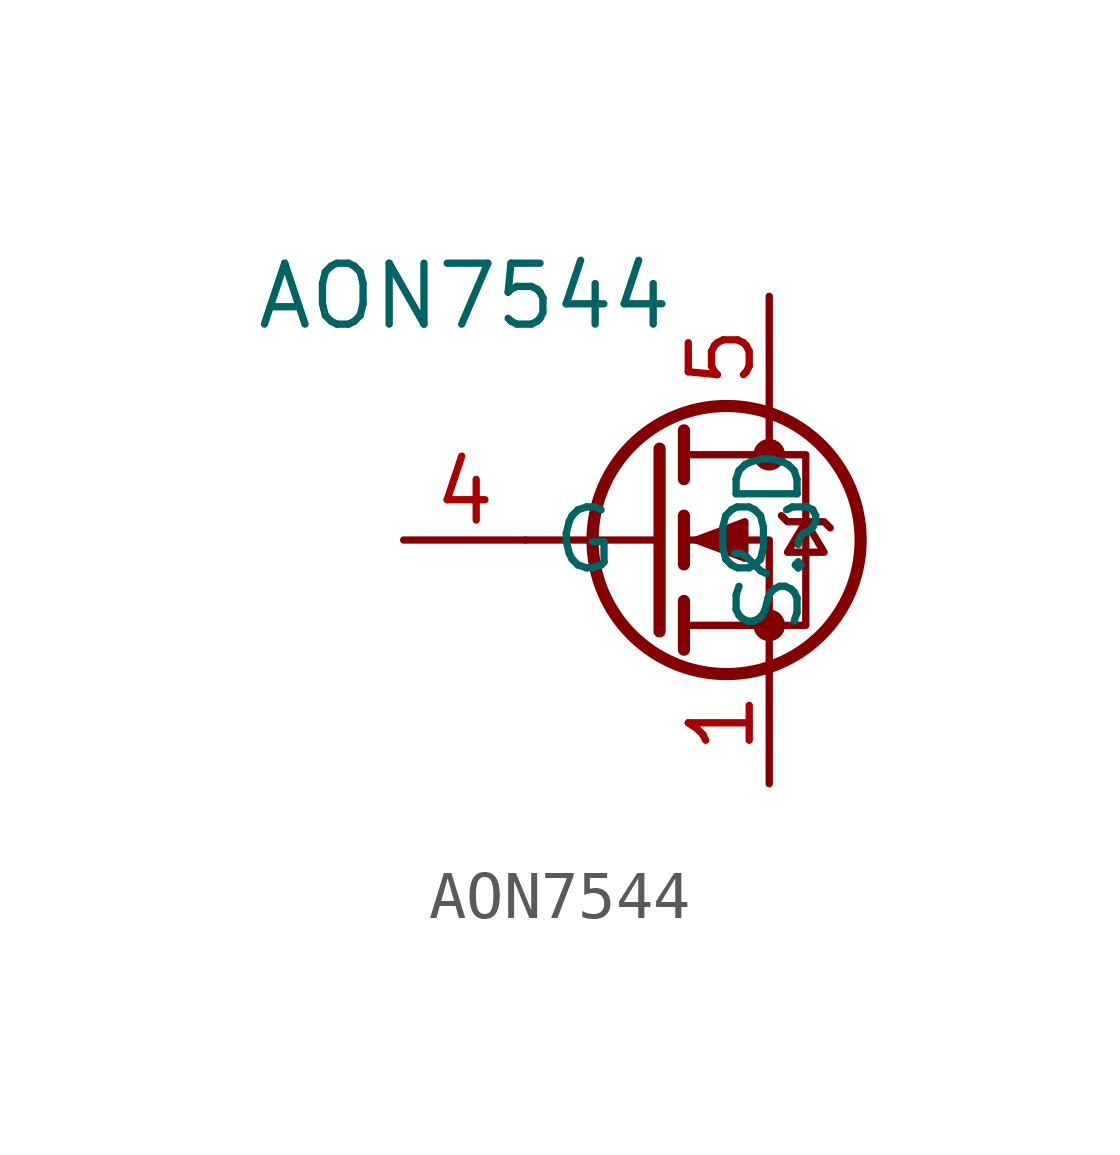
<source format=kicad_sym>
(kicad_symbol_lib
  (version 20211014)
  (generator kicad_symbol_editor)
  (symbol "AON7544"
    (property "Reference" "Q"
      (at 0 0 0)
      (effects (font (size 1.27 1.27))))
    (property "Value" "AON7544"
      (at -6.35 5.08 0)
      (effects (font (size 1.27 1.27))))
    (symbol "AON7544_0_1"
      (circle (center -0.889 0) (radius 2.794) (stroke (width 0.254) (type default) (color 0 0 0 0)) (fill (type none)))
      (circle (center 0 -1.778) (radius 0.254) (stroke (width 0) (type default) (color 0 0 0 0)) (fill (type outline)))
      (polyline (pts (xy -2.286 0) (xy -5.08 0)) (stroke (width 0) (type default) (color 0 0 0 0)) (fill (type none)))
      (polyline (pts (xy -2.286 1.905) (xy -2.286 -1.905)) (stroke (width 0.254) (type default) (color 0 0 0 0)) (fill (type none)))
      (polyline (pts (xy -1.778 -1.27) (xy -1.778 -2.286)) (stroke (width 0.254) (type default) (color 0 0 0 0)) (fill (type none)))
      (polyline (pts (xy -1.778 0.508) (xy -1.778 -0.508)) (stroke (width 0.254) (type default) (color 0 0 0 0)) (fill (type none)))
      (polyline (pts (xy -1.778 2.286) (xy -1.778 1.27)) (stroke (width 0.254) (type default) (color 0 0 0 0)) (fill (type none)))
      (polyline (pts (xy 0 2.54) (xy 0 1.778)) (stroke (width 0) (type default) (color 0 0 0 0)) (fill (type none)))
      (polyline (pts (xy 0 -2.54) (xy 0 0) (xy -1.778 0)) (stroke (width 0) (type default) (color 0 0 0 0)) (fill (type none)))
      (polyline (pts (xy -1.778 -1.778) (xy 0.762 -1.778) (xy 0.762 1.778) (xy -1.778 1.778)) (stroke (width 0) (type default) (color 0 0 0 0)) (fill (type none)))
      (polyline (pts (xy -1.524 0) (xy -0.508 0.381) (xy -0.508 -0.381) (xy -1.524 0)) (stroke (width 0) (type default) (color 0 0 0 0)) (fill (type outline)))
      (polyline (pts (xy 0.254 0.508) (xy 0.381 0.381) (xy 1.143 0.381) (xy 1.27 0.254)) (stroke (width 0) (type default) (color 0 0 0 0)) (fill (type none)))
      (polyline (pts (xy 0.762 0.381) (xy 0.381 -0.254) (xy 1.143 -0.254) (xy 0.762 0.381)) (stroke (width 0) (type default) (color 0 0 0 0)) (fill (type none)))
      (circle (center 0 1.778) (radius 0.254) (stroke (width 0) (type default) (color 0 0 0 0)) (fill (type outline))))
    (symbol "AON7544_1_1"
      (pin passive line (at 0 -5.08 90) (length 2.54) (name "S" (effects (font (size 1.27 1.27)))) (number "1" (effects (font (size 1.27 1.27)))))
      (pin passive line (at 0 -5.08 90) (length 2.54) hide (name "S" (effects (font (size 1.27 1.27)))) (number "2" (effects (font (size 1.27 1.27)))))
      (pin passive line (at 0 -5.08 90) (length 2.54) hide (name "S" (effects (font (size 1.27 1.27)))) (number "3" (effects (font (size 1.27 1.27)))))
      (pin input line (at -7.62 0 0) (length 2.54) (name "G" (effects (font (size 1.27 1.27)))) (number "4" (effects (font (size 1.27 1.27)))))
      (pin passive line (at 0 5.08 270) (length 2.54) (name "D" (effects (font (size 1.27 1.27)))) (number "5" (effects (font (size 1.27 1.27)))))
      (pin passive line (at 0 5.08 270) (length 2.54) hide (name "D" (effects (font (size 1.27 1.27)))) (number "6" (effects (font (size 1.27 1.27)))))
      (pin passive line (at 0 5.08 270) (length 2.54) hide (name "D" (effects (font (size 1.27 1.27)))) (number "7" (effects (font (size 1.27 1.27)))))
      (pin passive line (at 0 5.08 270) (length 2.54) hide (name "D" (effects (font (size 1.27 1.27)))) (number "8" (effects (font (size 1.27 1.27)))))
      (pin passive line (at 0 5.08 270) (length 2.54) hide (name "D" (effects (font (size 1.27 1.27)))) (number "9" (effects (font (size 1.27 1.27))))))))
</source>
